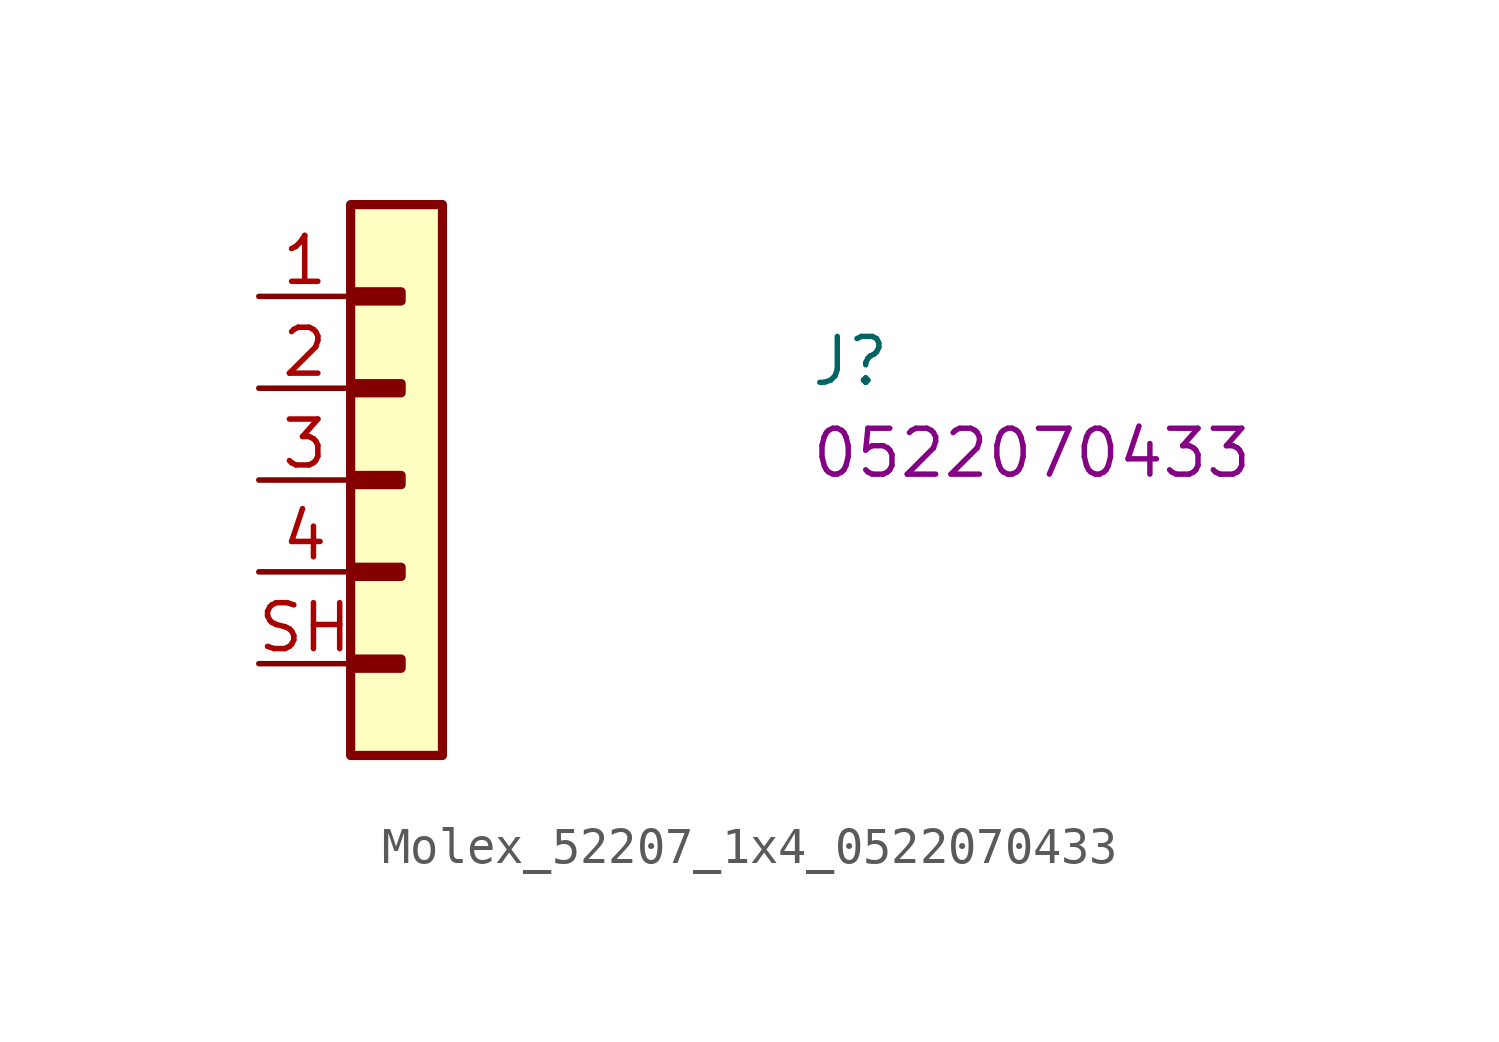
<source format=kicad_sym>
(kicad_symbol_lib
  (version 20220914)
  (generator kicad_symbol_editor)
  (symbol "Molex_52207_1x4_0522070433"
    (property "Reference" "J"
      (at 15.24 -2.54 0)
      (effects (font (size 1.27 1.27) (thickness 0.15)) (justify left bottom)))
    (property "MPN" "0522070433"
      (at 15.24 -5.08 0)
      (effects (font (size 1.27 1.27) (thickness 0.15)) (justify left bottom)))
    (symbol "Molex_52207_1x4_0522070433_1_1"
      (rectangle (start 2.54 2.54) (end 5.08 -12.7) (stroke (width 0.254) (type default)) (fill (type background)))
      (rectangle (start 2.667 -10.033) (end 3.937 -10.287) (stroke (width 0.254) (type default)) (fill (type background)))
      (rectangle (start 2.667 -7.493) (end 3.937 -7.747) (stroke (width 0.254) (type default)) (fill (type background)))
      (rectangle (start 2.667 -4.953) (end 3.937 -5.207) (stroke (width 0.254) (type default)) (fill (type background)))
      (rectangle (start 2.667 -2.413) (end 3.937 -2.667) (stroke (width 0.254) (type default)) (fill (type background)))
      (rectangle (start 2.667 0.127) (end 3.937 -0.127) (stroke (width 0.254) (type default)) (fill (type background)))
      (pin passive line (at 0 0 0) (length 2.54) (name "~" (effects (font (size 1.27 1.27)))) (number "1" (effects (font (size 1.27 1.27)))))
      (pin passive line (at 0 -2.54 0) (length 2.54) (name "~" (effects (font (size 1.27 1.27)))) (number "2" (effects (font (size 1.27 1.27)))))
      (pin passive line (at 0 -5.08 0) (length 2.54) (name "~" (effects (font (size 1.27 1.27)))) (number "3" (effects (font (size 1.27 1.27)))))
      (pin passive line (at 0 -7.62 0) (length 2.54) (name "~" (effects (font (size 1.27 1.27)))) (number "4" (effects (font (size 1.27 1.27)))))
      (pin passive line (at 0 -10.16 0) (length 2.54) (name "~" (effects (font (size 1.27 1.27)))) (number "SH" (effects (font (size 1.27 1.27))))))))
</source>
